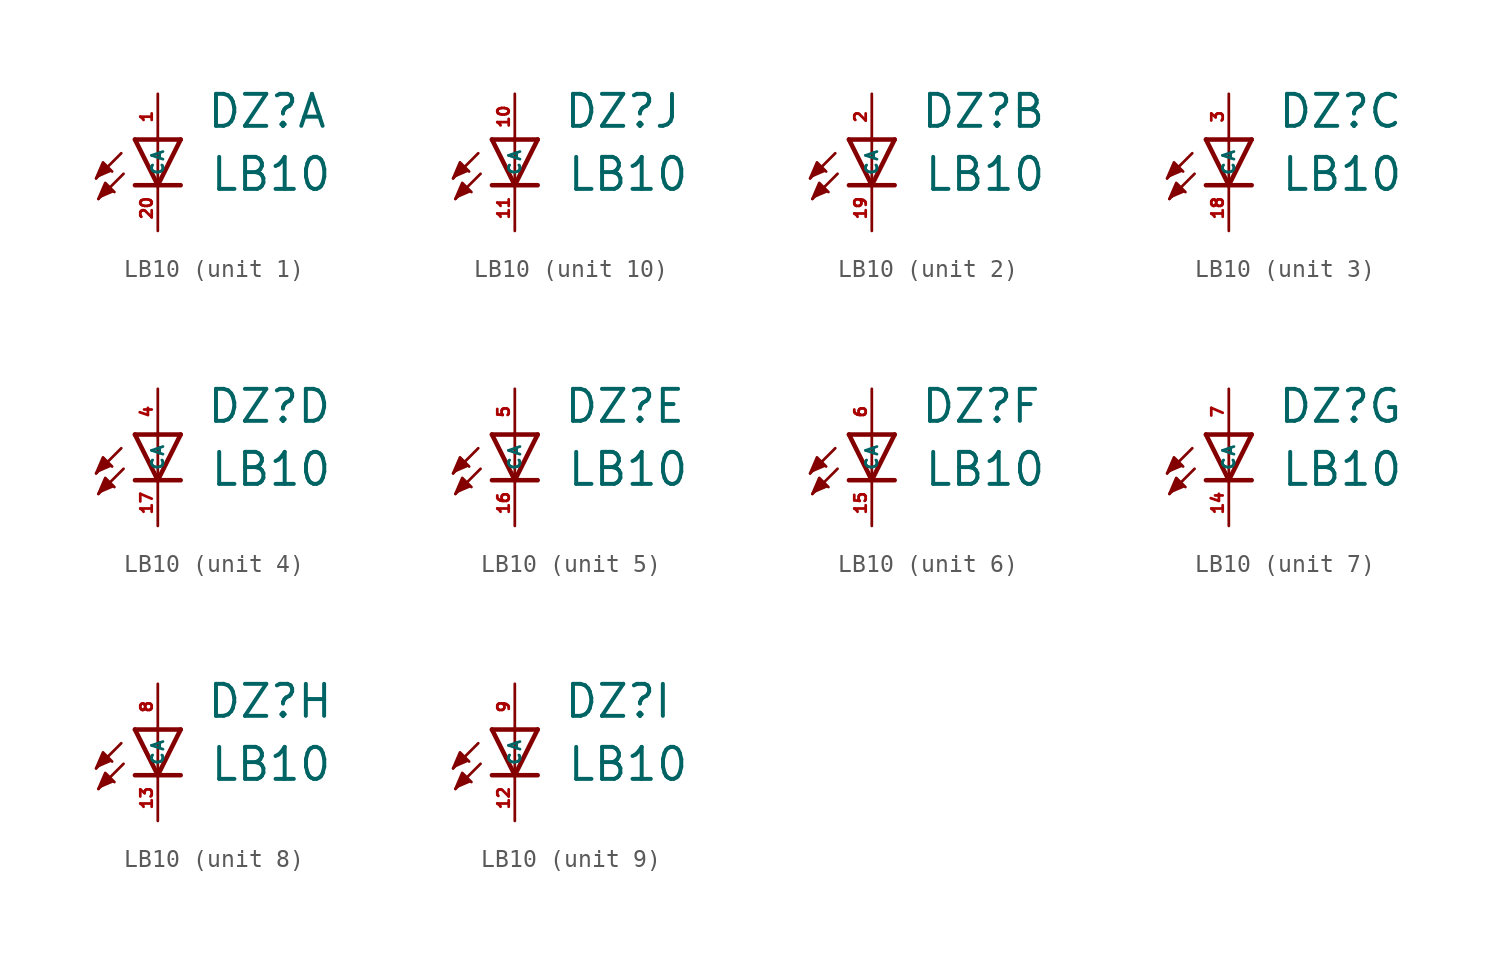
<source format=kicad_sym>
(kicad_symbol_lib
  (version 20220914)
  (generator kicad_symbol_editor)
  (symbol "LB10"
    (property "Reference" "DZ"
      (at 2.667 0.533 0)
      (effects (font (size 1.778 1.778) (thickness 0.22)) (justify left bottom)))
    (property "Value" "LB10"
      (at 2.845 -2.972 0)
      (effects (font (size 1.778 1.778) (thickness 0.22)) (justify left bottom)))
    (symbol "LB10_1_0"
      (polyline (pts (xy -2.032 -0.762) (xy -3.429 -2.159)) (stroke (width 0.152) (type default)) (fill (type none)))
      (polyline (pts (xy -1.905 -1.905) (xy -3.302 -3.302)) (stroke (width 0.152) (type default)) (fill (type none)))
      (polyline (pts (xy 0 -2.54) (xy -1.27 -2.54)) (stroke (width 0.254) (type default)) (fill (type none)))
      (polyline (pts (xy 0 -2.54) (xy -1.27 0)) (stroke (width 0.254) (type default)) (fill (type none)))
      (polyline (pts (xy 0 0) (xy -1.27 0)) (stroke (width 0.254) (type default)) (fill (type none)))
      (polyline (pts (xy 0 0) (xy 0 -2.54)) (stroke (width 0.152) (type default)) (fill (type none)))
      (polyline (pts (xy 1.27 -2.54) (xy 0 -2.54)) (stroke (width 0.254) (type default)) (fill (type none)))
      (polyline (pts (xy 1.27 0) (xy 0 -2.54)) (stroke (width 0.254) (type default)) (fill (type none)))
      (polyline (pts (xy 1.27 0) (xy 0 0)) (stroke (width 0.254) (type default)) (fill (type none)))
      (polyline (pts (xy -3.429 -2.159) (xy -3.048 -1.27) (xy -2.54 -1.778)) (stroke (width 0.152) (type default)) (fill (type outline)))
      (polyline (pts (xy -3.302 -3.302) (xy -2.921 -2.413) (xy -2.413 -2.921)) (stroke (width 0.152) (type default)) (fill (type outline)))
      (pin passive line (at 0 2.54 270) (length 2.54) (name "A" (effects (font (size 0.635 0.635)))) (number "1" (effects (font (size 0.635 0.635)))))
      (pin passive line (at 0 -5.08 90) (length 2.54) (name "C" (effects (font (size 0.635 0.635)))) (number "20" (effects (font (size 0.635 0.635))))))
    (symbol "LB10_2_0"
      (polyline (pts (xy -2.032 -0.762) (xy -3.429 -2.159)) (stroke (width 0.152) (type default)) (fill (type none)))
      (polyline (pts (xy -1.905 -1.905) (xy -3.302 -3.302)) (stroke (width 0.152) (type default)) (fill (type none)))
      (polyline (pts (xy 0 -2.54) (xy -1.27 -2.54)) (stroke (width 0.254) (type default)) (fill (type none)))
      (polyline (pts (xy 0 -2.54) (xy -1.27 0)) (stroke (width 0.254) (type default)) (fill (type none)))
      (polyline (pts (xy 0 0) (xy -1.27 0)) (stroke (width 0.254) (type default)) (fill (type none)))
      (polyline (pts (xy 0 0) (xy 0 -2.54)) (stroke (width 0.152) (type default)) (fill (type none)))
      (polyline (pts (xy 1.27 -2.54) (xy 0 -2.54)) (stroke (width 0.254) (type default)) (fill (type none)))
      (polyline (pts (xy 1.27 0) (xy 0 -2.54)) (stroke (width 0.254) (type default)) (fill (type none)))
      (polyline (pts (xy 1.27 0) (xy 0 0)) (stroke (width 0.254) (type default)) (fill (type none)))
      (polyline (pts (xy -3.429 -2.159) (xy -3.048 -1.27) (xy -2.54 -1.778)) (stroke (width 0.152) (type default)) (fill (type outline)))
      (polyline (pts (xy -3.302 -3.302) (xy -2.921 -2.413) (xy -2.413 -2.921)) (stroke (width 0.152) (type default)) (fill (type outline)))
      (pin passive line (at 0 -5.08 90) (length 2.54) (name "C" (effects (font (size 0.635 0.635)))) (number "19" (effects (font (size 0.635 0.635)))))
      (pin passive line (at 0 2.54 270) (length 2.54) (name "A" (effects (font (size 0.635 0.635)))) (number "2" (effects (font (size 0.635 0.635))))))
    (symbol "LB10_3_0"
      (polyline (pts (xy -2.032 -0.762) (xy -3.429 -2.159)) (stroke (width 0.152) (type default)) (fill (type none)))
      (polyline (pts (xy -1.905 -1.905) (xy -3.302 -3.302)) (stroke (width 0.152) (type default)) (fill (type none)))
      (polyline (pts (xy 0 -2.54) (xy -1.27 -2.54)) (stroke (width 0.254) (type default)) (fill (type none)))
      (polyline (pts (xy 0 -2.54) (xy -1.27 0)) (stroke (width 0.254) (type default)) (fill (type none)))
      (polyline (pts (xy 0 0) (xy -1.27 0)) (stroke (width 0.254) (type default)) (fill (type none)))
      (polyline (pts (xy 0 0) (xy 0 -2.54)) (stroke (width 0.152) (type default)) (fill (type none)))
      (polyline (pts (xy 1.27 -2.54) (xy 0 -2.54)) (stroke (width 0.254) (type default)) (fill (type none)))
      (polyline (pts (xy 1.27 0) (xy 0 -2.54)) (stroke (width 0.254) (type default)) (fill (type none)))
      (polyline (pts (xy 1.27 0) (xy 0 0)) (stroke (width 0.254) (type default)) (fill (type none)))
      (polyline (pts (xy -3.429 -2.159) (xy -3.048 -1.27) (xy -2.54 -1.778)) (stroke (width 0.152) (type default)) (fill (type outline)))
      (polyline (pts (xy -3.302 -3.302) (xy -2.921 -2.413) (xy -2.413 -2.921)) (stroke (width 0.152) (type default)) (fill (type outline)))
      (pin passive line (at 0 -5.08 90) (length 2.54) (name "C" (effects (font (size 0.635 0.635)))) (number "18" (effects (font (size 0.635 0.635)))))
      (pin passive line (at 0 2.54 270) (length 2.54) (name "A" (effects (font (size 0.635 0.635)))) (number "3" (effects (font (size 0.635 0.635))))))
    (symbol "LB10_4_0"
      (polyline (pts (xy -2.032 -0.762) (xy -3.429 -2.159)) (stroke (width 0.152) (type default)) (fill (type none)))
      (polyline (pts (xy -1.905 -1.905) (xy -3.302 -3.302)) (stroke (width 0.152) (type default)) (fill (type none)))
      (polyline (pts (xy 0 -2.54) (xy -1.27 -2.54)) (stroke (width 0.254) (type default)) (fill (type none)))
      (polyline (pts (xy 0 -2.54) (xy -1.27 0)) (stroke (width 0.254) (type default)) (fill (type none)))
      (polyline (pts (xy 0 0) (xy -1.27 0)) (stroke (width 0.254) (type default)) (fill (type none)))
      (polyline (pts (xy 0 0) (xy 0 -2.54)) (stroke (width 0.152) (type default)) (fill (type none)))
      (polyline (pts (xy 1.27 -2.54) (xy 0 -2.54)) (stroke (width 0.254) (type default)) (fill (type none)))
      (polyline (pts (xy 1.27 0) (xy 0 -2.54)) (stroke (width 0.254) (type default)) (fill (type none)))
      (polyline (pts (xy 1.27 0) (xy 0 0)) (stroke (width 0.254) (type default)) (fill (type none)))
      (polyline (pts (xy -3.429 -2.159) (xy -3.048 -1.27) (xy -2.54 -1.778)) (stroke (width 0.152) (type default)) (fill (type outline)))
      (polyline (pts (xy -3.302 -3.302) (xy -2.921 -2.413) (xy -2.413 -2.921)) (stroke (width 0.152) (type default)) (fill (type outline)))
      (pin passive line (at 0 -5.08 90) (length 2.54) (name "C" (effects (font (size 0.635 0.635)))) (number "17" (effects (font (size 0.635 0.635)))))
      (pin passive line (at 0 2.54 270) (length 2.54) (name "A" (effects (font (size 0.635 0.635)))) (number "4" (effects (font (size 0.635 0.635))))))
    (symbol "LB10_5_0"
      (polyline (pts (xy -2.032 -0.762) (xy -3.429 -2.159)) (stroke (width 0.152) (type default)) (fill (type none)))
      (polyline (pts (xy -1.905 -1.905) (xy -3.302 -3.302)) (stroke (width 0.152) (type default)) (fill (type none)))
      (polyline (pts (xy 0 -2.54) (xy -1.27 -2.54)) (stroke (width 0.254) (type default)) (fill (type none)))
      (polyline (pts (xy 0 -2.54) (xy -1.27 0)) (stroke (width 0.254) (type default)) (fill (type none)))
      (polyline (pts (xy 0 0) (xy -1.27 0)) (stroke (width 0.254) (type default)) (fill (type none)))
      (polyline (pts (xy 0 0) (xy 0 -2.54)) (stroke (width 0.152) (type default)) (fill (type none)))
      (polyline (pts (xy 1.27 -2.54) (xy 0 -2.54)) (stroke (width 0.254) (type default)) (fill (type none)))
      (polyline (pts (xy 1.27 0) (xy 0 -2.54)) (stroke (width 0.254) (type default)) (fill (type none)))
      (polyline (pts (xy 1.27 0) (xy 0 0)) (stroke (width 0.254) (type default)) (fill (type none)))
      (polyline (pts (xy -3.429 -2.159) (xy -3.048 -1.27) (xy -2.54 -1.778)) (stroke (width 0.152) (type default)) (fill (type outline)))
      (polyline (pts (xy -3.302 -3.302) (xy -2.921 -2.413) (xy -2.413 -2.921)) (stroke (width 0.152) (type default)) (fill (type outline)))
      (pin passive line (at 0 -5.08 90) (length 2.54) (name "C" (effects (font (size 0.635 0.635)))) (number "16" (effects (font (size 0.635 0.635)))))
      (pin passive line (at 0 2.54 270) (length 2.54) (name "A" (effects (font (size 0.635 0.635)))) (number "5" (effects (font (size 0.635 0.635))))))
    (symbol "LB10_6_0"
      (polyline (pts (xy -2.032 -0.762) (xy -3.429 -2.159)) (stroke (width 0.152) (type default)) (fill (type none)))
      (polyline (pts (xy -1.905 -1.905) (xy -3.302 -3.302)) (stroke (width 0.152) (type default)) (fill (type none)))
      (polyline (pts (xy 0 -2.54) (xy -1.27 -2.54)) (stroke (width 0.254) (type default)) (fill (type none)))
      (polyline (pts (xy 0 -2.54) (xy -1.27 0)) (stroke (width 0.254) (type default)) (fill (type none)))
      (polyline (pts (xy 0 0) (xy -1.27 0)) (stroke (width 0.254) (type default)) (fill (type none)))
      (polyline (pts (xy 0 0) (xy 0 -2.54)) (stroke (width 0.152) (type default)) (fill (type none)))
      (polyline (pts (xy 1.27 -2.54) (xy 0 -2.54)) (stroke (width 0.254) (type default)) (fill (type none)))
      (polyline (pts (xy 1.27 0) (xy 0 -2.54)) (stroke (width 0.254) (type default)) (fill (type none)))
      (polyline (pts (xy 1.27 0) (xy 0 0)) (stroke (width 0.254) (type default)) (fill (type none)))
      (polyline (pts (xy -3.429 -2.159) (xy -3.048 -1.27) (xy -2.54 -1.778)) (stroke (width 0.152) (type default)) (fill (type outline)))
      (polyline (pts (xy -3.302 -3.302) (xy -2.921 -2.413) (xy -2.413 -2.921)) (stroke (width 0.152) (type default)) (fill (type outline)))
      (pin passive line (at 0 -5.08 90) (length 2.54) (name "C" (effects (font (size 0.635 0.635)))) (number "15" (effects (font (size 0.635 0.635)))))
      (pin passive line (at 0 2.54 270) (length 2.54) (name "A" (effects (font (size 0.635 0.635)))) (number "6" (effects (font (size 0.635 0.635))))))
    (symbol "LB10_7_0"
      (polyline (pts (xy -2.032 -0.762) (xy -3.429 -2.159)) (stroke (width 0.152) (type default)) (fill (type none)))
      (polyline (pts (xy -1.905 -1.905) (xy -3.302 -3.302)) (stroke (width 0.152) (type default)) (fill (type none)))
      (polyline (pts (xy 0 -2.54) (xy -1.27 -2.54)) (stroke (width 0.254) (type default)) (fill (type none)))
      (polyline (pts (xy 0 -2.54) (xy -1.27 0)) (stroke (width 0.254) (type default)) (fill (type none)))
      (polyline (pts (xy 0 0) (xy -1.27 0)) (stroke (width 0.254) (type default)) (fill (type none)))
      (polyline (pts (xy 0 0) (xy 0 -2.54)) (stroke (width 0.152) (type default)) (fill (type none)))
      (polyline (pts (xy 1.27 -2.54) (xy 0 -2.54)) (stroke (width 0.254) (type default)) (fill (type none)))
      (polyline (pts (xy 1.27 0) (xy 0 -2.54)) (stroke (width 0.254) (type default)) (fill (type none)))
      (polyline (pts (xy 1.27 0) (xy 0 0)) (stroke (width 0.254) (type default)) (fill (type none)))
      (polyline (pts (xy -3.429 -2.159) (xy -3.048 -1.27) (xy -2.54 -1.778)) (stroke (width 0.152) (type default)) (fill (type outline)))
      (polyline (pts (xy -3.302 -3.302) (xy -2.921 -2.413) (xy -2.413 -2.921)) (stroke (width 0.152) (type default)) (fill (type outline)))
      (pin passive line (at 0 -5.08 90) (length 2.54) (name "C" (effects (font (size 0.635 0.635)))) (number "14" (effects (font (size 0.635 0.635)))))
      (pin passive line (at 0 2.54 270) (length 2.54) (name "A" (effects (font (size 0.635 0.635)))) (number "7" (effects (font (size 0.635 0.635))))))
    (symbol "LB10_8_0"
      (polyline (pts (xy -2.032 -0.762) (xy -3.429 -2.159)) (stroke (width 0.152) (type default)) (fill (type none)))
      (polyline (pts (xy -1.905 -1.905) (xy -3.302 -3.302)) (stroke (width 0.152) (type default)) (fill (type none)))
      (polyline (pts (xy 0 -2.54) (xy -1.27 -2.54)) (stroke (width 0.254) (type default)) (fill (type none)))
      (polyline (pts (xy 0 -2.54) (xy -1.27 0)) (stroke (width 0.254) (type default)) (fill (type none)))
      (polyline (pts (xy 0 0) (xy -1.27 0)) (stroke (width 0.254) (type default)) (fill (type none)))
      (polyline (pts (xy 0 0) (xy 0 -2.54)) (stroke (width 0.152) (type default)) (fill (type none)))
      (polyline (pts (xy 1.27 -2.54) (xy 0 -2.54)) (stroke (width 0.254) (type default)) (fill (type none)))
      (polyline (pts (xy 1.27 0) (xy 0 -2.54)) (stroke (width 0.254) (type default)) (fill (type none)))
      (polyline (pts (xy 1.27 0) (xy 0 0)) (stroke (width 0.254) (type default)) (fill (type none)))
      (polyline (pts (xy -3.429 -2.159) (xy -3.048 -1.27) (xy -2.54 -1.778)) (stroke (width 0.152) (type default)) (fill (type outline)))
      (polyline (pts (xy -3.302 -3.302) (xy -2.921 -2.413) (xy -2.413 -2.921)) (stroke (width 0.152) (type default)) (fill (type outline)))
      (pin passive line (at 0 -5.08 90) (length 2.54) (name "C" (effects (font (size 0.635 0.635)))) (number "13" (effects (font (size 0.635 0.635)))))
      (pin passive line (at 0 2.54 270) (length 2.54) (name "A" (effects (font (size 0.635 0.635)))) (number "8" (effects (font (size 0.635 0.635))))))
    (symbol "LB10_9_0"
      (polyline (pts (xy -2.032 -0.762) (xy -3.429 -2.159)) (stroke (width 0.152) (type default)) (fill (type none)))
      (polyline (pts (xy -1.905 -1.905) (xy -3.302 -3.302)) (stroke (width 0.152) (type default)) (fill (type none)))
      (polyline (pts (xy 0 -2.54) (xy -1.27 -2.54)) (stroke (width 0.254) (type default)) (fill (type none)))
      (polyline (pts (xy 0 -2.54) (xy -1.27 0)) (stroke (width 0.254) (type default)) (fill (type none)))
      (polyline (pts (xy 0 0) (xy -1.27 0)) (stroke (width 0.254) (type default)) (fill (type none)))
      (polyline (pts (xy 0 0) (xy 0 -2.54)) (stroke (width 0.152) (type default)) (fill (type none)))
      (polyline (pts (xy 1.27 -2.54) (xy 0 -2.54)) (stroke (width 0.254) (type default)) (fill (type none)))
      (polyline (pts (xy 1.27 0) (xy 0 -2.54)) (stroke (width 0.254) (type default)) (fill (type none)))
      (polyline (pts (xy 1.27 0) (xy 0 0)) (stroke (width 0.254) (type default)) (fill (type none)))
      (polyline (pts (xy -3.429 -2.159) (xy -3.048 -1.27) (xy -2.54 -1.778)) (stroke (width 0.152) (type default)) (fill (type outline)))
      (polyline (pts (xy -3.302 -3.302) (xy -2.921 -2.413) (xy -2.413 -2.921)) (stroke (width 0.152) (type default)) (fill (type outline)))
      (pin passive line (at 0 -5.08 90) (length 2.54) (name "C" (effects (font (size 0.635 0.635)))) (number "12" (effects (font (size 0.635 0.635)))))
      (pin passive line (at 0 2.54 270) (length 2.54) (name "A" (effects (font (size 0.635 0.635)))) (number "9" (effects (font (size 0.635 0.635))))))
    (symbol "LB10_10_0"
      (polyline (pts (xy -2.032 -0.762) (xy -3.429 -2.159)) (stroke (width 0.152) (type default)) (fill (type none)))
      (polyline (pts (xy -1.905 -1.905) (xy -3.302 -3.302)) (stroke (width 0.152) (type default)) (fill (type none)))
      (polyline (pts (xy 0 -2.54) (xy -1.27 -2.54)) (stroke (width 0.254) (type default)) (fill (type none)))
      (polyline (pts (xy 0 -2.54) (xy -1.27 0)) (stroke (width 0.254) (type default)) (fill (type none)))
      (polyline (pts (xy 0 0) (xy -1.27 0)) (stroke (width 0.254) (type default)) (fill (type none)))
      (polyline (pts (xy 0 0) (xy 0 -2.54)) (stroke (width 0.152) (type default)) (fill (type none)))
      (polyline (pts (xy 1.27 -2.54) (xy 0 -2.54)) (stroke (width 0.254) (type default)) (fill (type none)))
      (polyline (pts (xy 1.27 0) (xy 0 -2.54)) (stroke (width 0.254) (type default)) (fill (type none)))
      (polyline (pts (xy 1.27 0) (xy 0 0)) (stroke (width 0.254) (type default)) (fill (type none)))
      (polyline (pts (xy -3.429 -2.159) (xy -3.048 -1.27) (xy -2.54 -1.778)) (stroke (width 0.152) (type default)) (fill (type outline)))
      (polyline (pts (xy -3.302 -3.302) (xy -2.921 -2.413) (xy -2.413 -2.921)) (stroke (width 0.152) (type default)) (fill (type outline)))
      (pin passive line (at 0 2.54 270) (length 2.54) (name "A" (effects (font (size 0.635 0.635)))) (number "10" (effects (font (size 0.635 0.635)))))
      (pin passive line (at 0 -5.08 90) (length 2.54) (name "C" (effects (font (size 0.635 0.635)))) (number "11" (effects (font (size 0.635 0.635))))))))
</source>
